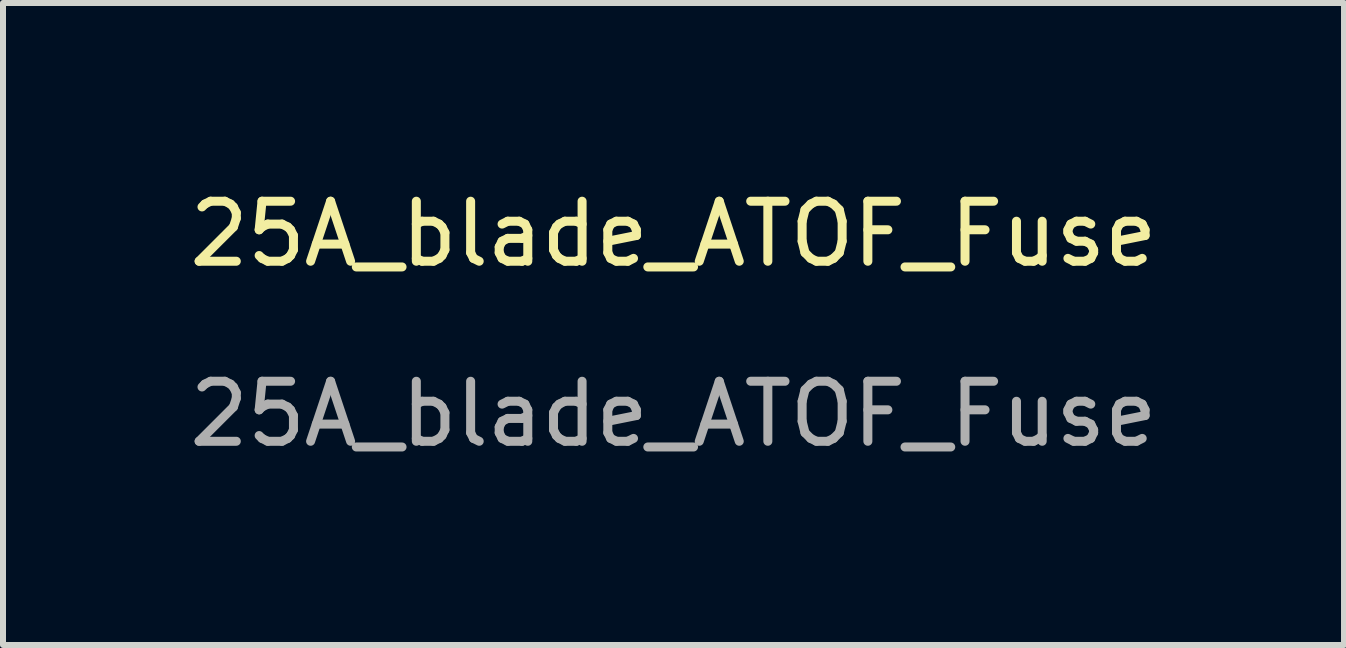
<source format=kicad_pcb>
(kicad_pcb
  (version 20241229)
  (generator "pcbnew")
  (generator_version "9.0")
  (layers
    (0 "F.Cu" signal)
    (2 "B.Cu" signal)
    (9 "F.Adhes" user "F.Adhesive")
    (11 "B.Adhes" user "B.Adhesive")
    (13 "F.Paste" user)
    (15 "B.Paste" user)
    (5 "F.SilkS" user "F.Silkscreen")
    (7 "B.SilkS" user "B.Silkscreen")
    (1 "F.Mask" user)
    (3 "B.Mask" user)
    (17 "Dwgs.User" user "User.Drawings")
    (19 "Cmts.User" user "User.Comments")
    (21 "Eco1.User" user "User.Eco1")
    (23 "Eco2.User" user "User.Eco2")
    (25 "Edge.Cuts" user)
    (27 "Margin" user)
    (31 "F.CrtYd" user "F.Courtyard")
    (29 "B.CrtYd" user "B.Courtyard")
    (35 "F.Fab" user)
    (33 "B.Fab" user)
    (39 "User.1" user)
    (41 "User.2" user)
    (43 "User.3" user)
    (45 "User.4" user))
  (footprint "25A_blade_ATOF_Fuse"
    (layer "F.Cu")
    (at 8.173 1.348)
    (property "Reference" "25A_blade_ATOF_Fuse" (at 0 -0.5 0) (unlocked yes) (layer "F.SilkS") (effects (font (size 1 1) (thickness 0.15))))
    (fp_text user "${REFERENCE}" (at 0 2.5 0) (unlocked yes) (layer "F.Fab") (effects (font (size 1 1) (thickness 0.15)))))
  (gr_rect
    (start -3 -3)
    (end 19.345 7.697)
    (stroke (width 0.1) (type default))
    (fill no)
    (layer "Edge.Cuts")))
</source>
